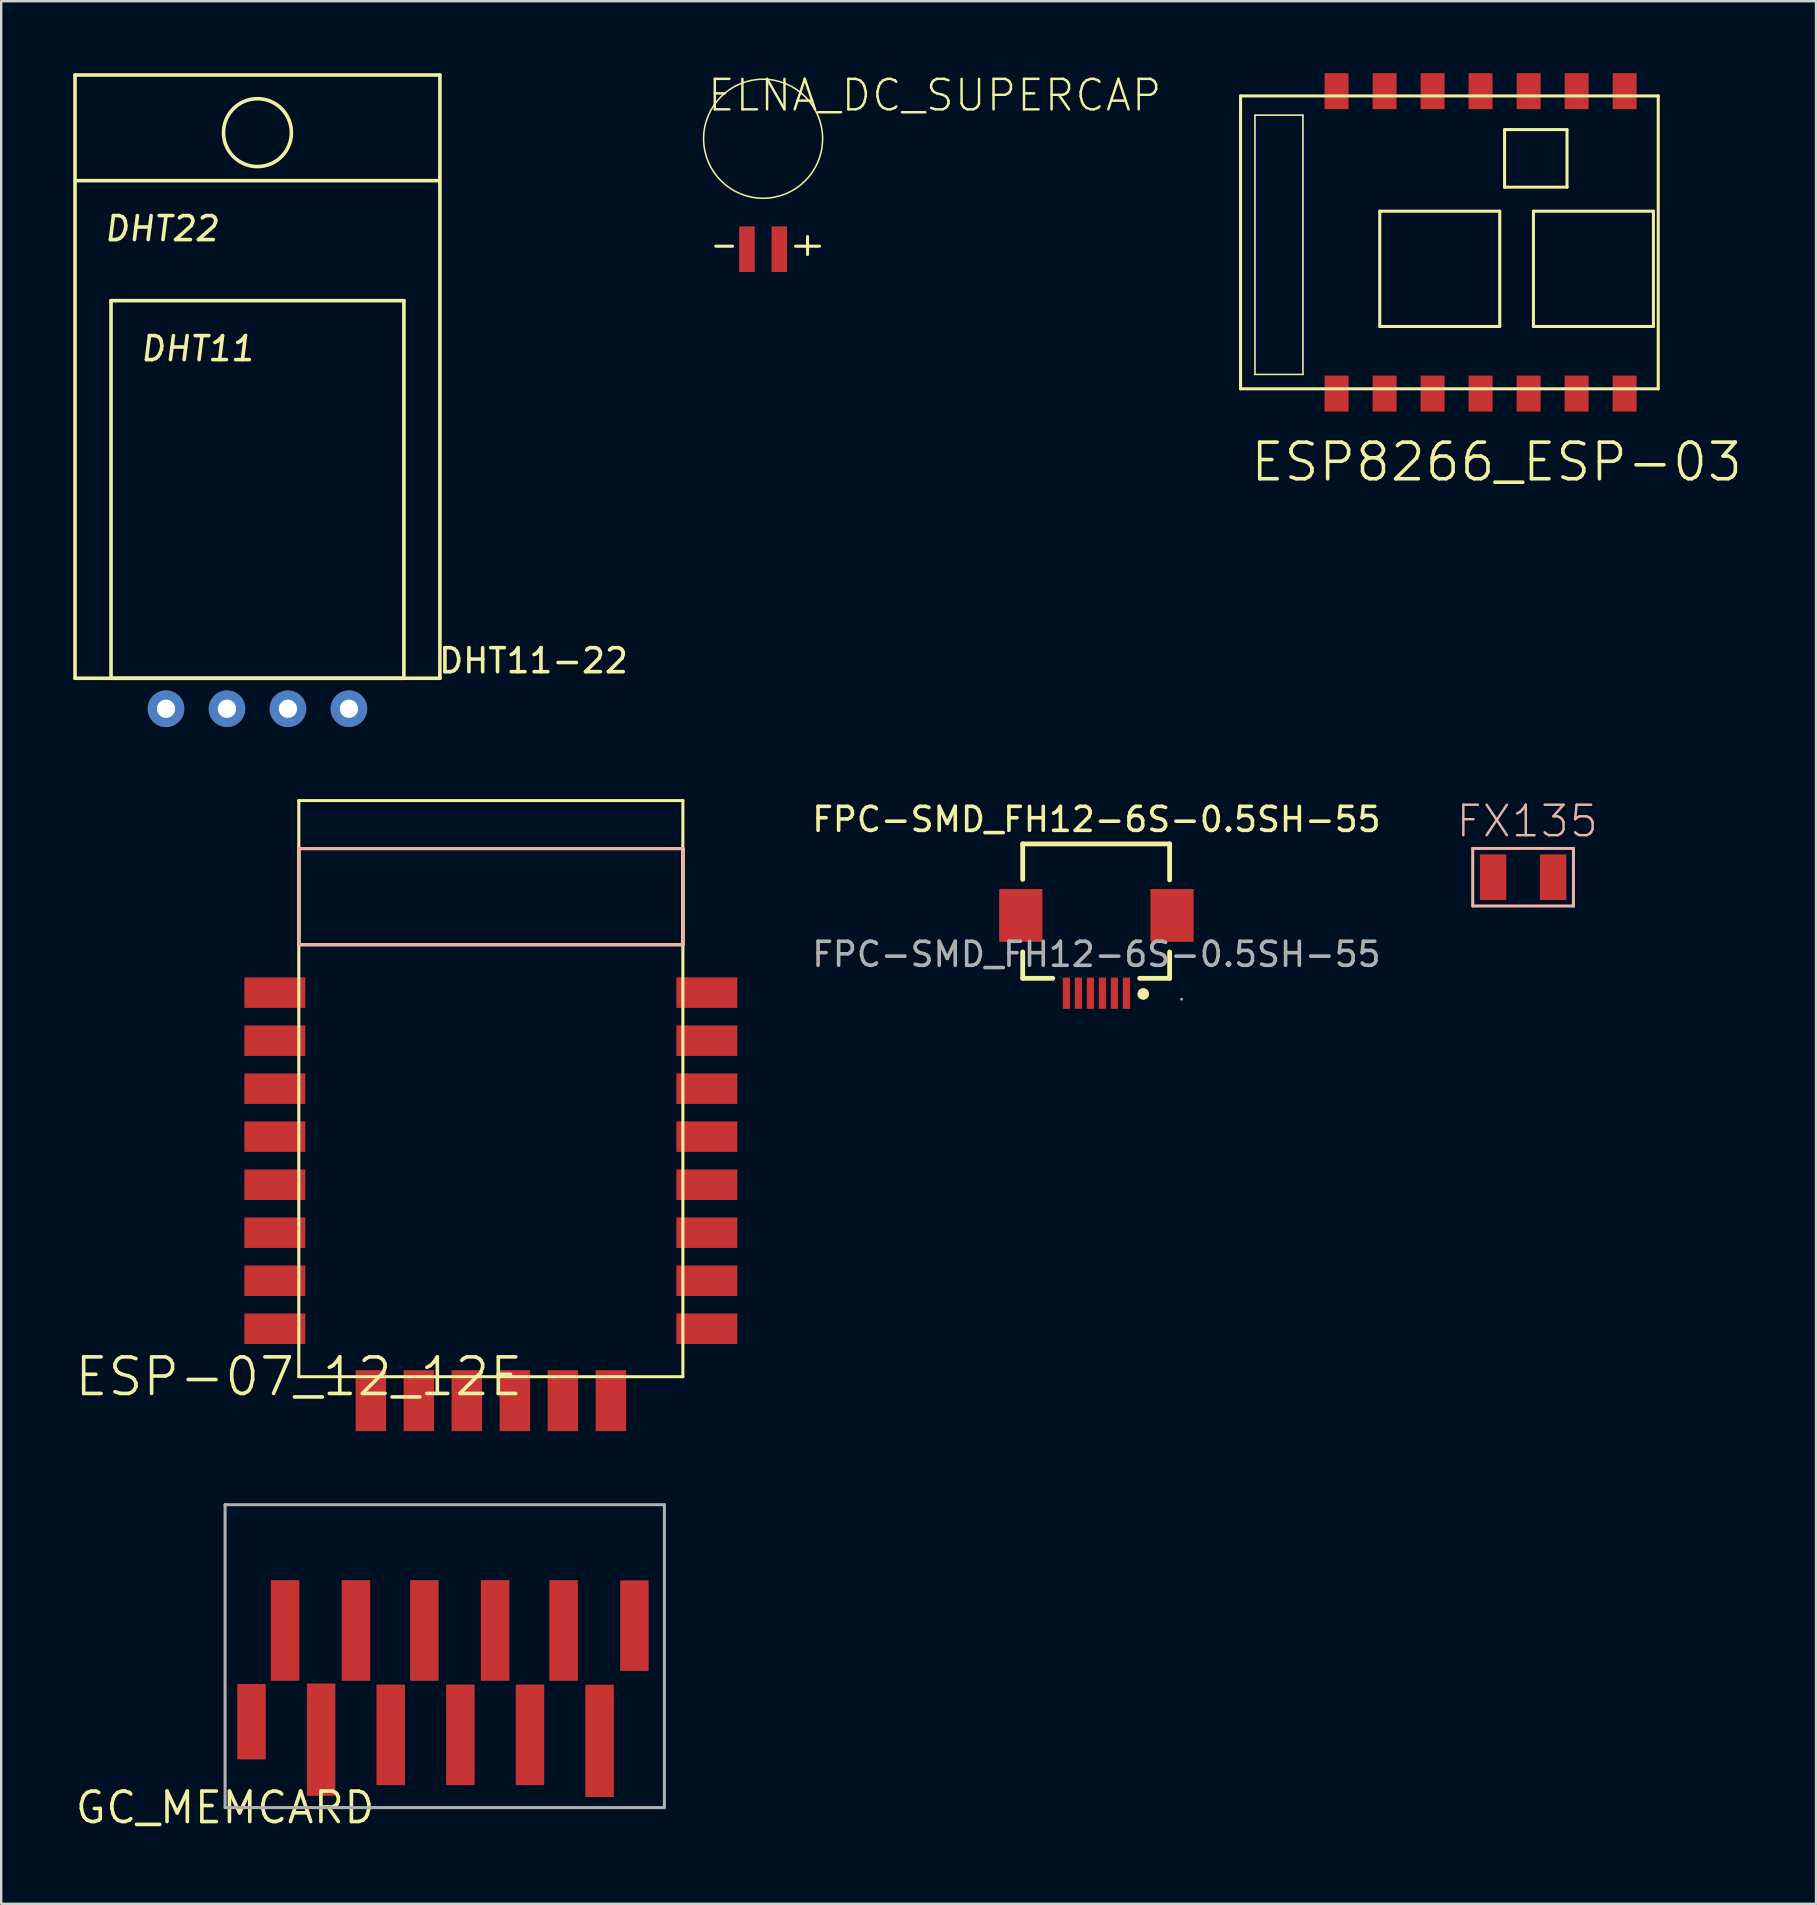
<source format=kicad_pcb>
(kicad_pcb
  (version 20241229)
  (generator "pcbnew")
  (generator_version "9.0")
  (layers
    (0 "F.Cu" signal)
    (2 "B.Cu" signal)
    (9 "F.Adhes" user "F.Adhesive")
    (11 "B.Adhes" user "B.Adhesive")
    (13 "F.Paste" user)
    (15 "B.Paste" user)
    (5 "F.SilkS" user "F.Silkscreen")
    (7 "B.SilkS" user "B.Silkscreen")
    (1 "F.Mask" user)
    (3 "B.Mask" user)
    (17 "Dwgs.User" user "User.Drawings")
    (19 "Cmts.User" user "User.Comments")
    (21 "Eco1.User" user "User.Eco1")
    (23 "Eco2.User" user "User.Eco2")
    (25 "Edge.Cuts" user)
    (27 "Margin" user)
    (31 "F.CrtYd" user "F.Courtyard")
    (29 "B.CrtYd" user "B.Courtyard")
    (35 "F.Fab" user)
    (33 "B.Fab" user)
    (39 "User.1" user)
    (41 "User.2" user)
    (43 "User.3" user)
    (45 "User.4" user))
  (footprint "ELNA_DC_SUPERCAP"
    (layer "F.Cu")
    (at 28.066 7.33)
    (property "Reference" "ELNA_DC_SUPERCAP" (at 7.823 -6.408 0) (layer "F.SilkS") (effects (font (size 1.27 1.27) (thickness 0.102))))
    (attr smd)
    (fp_line (start -0.599 -0.124) (end -1.298 -0.124) (stroke (width 0.127) (type solid)) (layer "F.SilkS"))
    (fp_line (start 2.024 -0.124) (end 3.023 -0.124) (stroke (width 0.127) (type solid)) (layer "F.SilkS"))
    (fp_line (start 2.525 -0.523) (end 2.525 0.224) (stroke (width 0.127) (type solid)) (layer "F.SilkS"))
    (fp_circle (center 0.673 -4.6) (end 2.426 -6.353) (stroke (width 0.064) (type solid)) (fill no) (layer "F.SilkS"))
    (pad "NEG" smd rect (at 0 0) (size 0.648 1.9) (layers "F.Cu" "F.Mask" "F.Paste"))
    (pad "POS" smd rect (at 1.349 0) (size 0.648 1.9) (layers "F.Cu" "F.Mask" "F.Paste")))
  (footprint "ESP8266_ESP-03"
    (layer "F.Cu")
    (at 48.629 13.147)
    (property "Reference" "ESP8266_ESP-03" (at 10.668 3.048 0) (layer "F.SilkS") (effects (font (size 1.524 1.524) (thickness 0.15))))
    (attr smd)
    (fp_line (start 0 -12.2) (end 17.399 -12.2) (stroke (width 0.127) (type solid)) (layer "F.SilkS"))
    (fp_line (start 0 0) (end 0 -12.2) (stroke (width 0.127) (type solid)) (layer "F.SilkS"))
    (fp_line (start 0 0) (end 17.399 0) (stroke (width 0.127) (type solid)) (layer "F.SilkS"))
    (fp_line (start 0.599 -11.4) (end 2.598 -11.4) (stroke (width 0.066) (type solid)) (layer "F.SilkS"))
    (fp_line (start 0.599 -0.599) (end 0.599 -11.4) (stroke (width 0.066) (type solid)) (layer "F.SilkS"))
    (fp_line (start 0.599 -0.599) (end 2.598 -0.599) (stroke (width 0.066) (type solid)) (layer "F.SilkS"))
    (fp_line (start 2.598 -0.599) (end 2.598 -11.4) (stroke (width 0.066) (type solid)) (layer "F.SilkS"))
    (fp_line (start 5.799 -7.399) (end 5.799 -2.598) (stroke (width 0.127) (type solid)) (layer "F.SilkS"))
    (fp_line (start 5.799 -2.598) (end 10.798 -2.598) (stroke (width 0.127) (type solid)) (layer "F.SilkS"))
    (fp_line (start 10.798 -7.399) (end 5.799 -7.399) (stroke (width 0.127) (type solid)) (layer "F.SilkS"))
    (fp_line (start 10.798 -2.598) (end 10.798 -7.399) (stroke (width 0.127) (type solid)) (layer "F.SilkS"))
    (fp_line (start 10.998 -10.798) (end 10.998 -8.4) (stroke (width 0.127) (type solid)) (layer "F.SilkS"))
    (fp_line (start 10.998 -8.4) (end 13.599 -8.4) (stroke (width 0.127) (type solid)) (layer "F.SilkS"))
    (fp_line (start 12.2 -7.399) (end 12.2 -2.598) (stroke (width 0.127) (type solid)) (layer "F.SilkS"))
    (fp_line (start 12.2 -2.598) (end 17.198 -2.598) (stroke (width 0.127) (type solid)) (layer "F.SilkS"))
    (fp_line (start 13.599 -10.798) (end 10.998 -10.798) (stroke (width 0.127) (type solid)) (layer "F.SilkS"))
    (fp_line (start 13.599 -8.4) (end 13.599 -10.798) (stroke (width 0.127) (type solid)) (layer "F.SilkS"))
    (fp_line (start 17.198 -7.399) (end 12.2 -7.399) (stroke (width 0.127) (type solid)) (layer "F.SilkS"))
    (fp_line (start 17.198 -2.598) (end 17.198 -7.399) (stroke (width 0.127) (type solid)) (layer "F.SilkS"))
    (fp_line (start 17.399 0) (end 17.399 -12.2) (stroke (width 0.127) (type solid)) (layer "F.SilkS"))
    (pad "ANT" smd rect (at 3.998 -12.398 90) (size 1.499 0.998) (layers "F.Cu" "F.Mask" "F.Paste"))
    (pad "CH_P" smd rect (at 5.999 -12.398 90) (size 1.499 0.998) (layers "F.Cu" "F.Mask" "F.Paste"))
    (pad "GND" smd rect (at 15.999 -12.398 90) (size 1.499 0.998) (layers "F.Cu" "F.Mask" "F.Paste"))
    (pad "GPIO" smd rect (at 5.999 0.198 90) (size 1.499 0.998) (layers "F.Cu" "F.Mask" "F.Paste"))
    (pad "GPIO" smd rect (at 7.998 -12.398 90) (size 1.499 0.998) (layers "F.Cu" "F.Mask" "F.Paste"))
    (pad "GPIO" smd rect (at 7.998 0.198 90) (size 1.499 0.998) (layers "F.Cu" "F.Mask" "F.Paste"))
    (pad "GPIO" smd rect (at 9.997 0.198 90) (size 1.499 0.998) (layers "F.Cu" "F.Mask" "F.Paste"))
    (pad "GPIO" smd rect (at 11.999 0.198 90) (size 1.499 0.998) (layers "F.Cu" "F.Mask" "F.Paste"))
    (pad "GPIO" smd rect (at 13.998 0.198 90) (size 1.499 0.998) (layers "F.Cu" "F.Mask" "F.Paste"))
    (pad "GPIO" smd rect (at 15.999 0.198 90) (size 1.499 0.998) (layers "F.Cu" "F.Mask" "F.Paste"))
    (pad "NC" smd rect (at 13.998 -12.398 90) (size 1.499 0.998) (layers "F.Cu" "F.Mask" "F.Paste"))
    (pad "URXD" smd rect (at 9.997 -12.398 90) (size 1.499 0.998) (layers "F.Cu" "F.Mask" "F.Paste"))
    (pad "UTXD" smd rect (at 11.999 -12.398 90) (size 1.499 0.998) (layers "F.Cu" "F.Mask" "F.Paste"))
    (pad "VCC" smd rect (at 3.998 0.198 90) (size 1.499 0.998) (layers "F.Cu" "F.Mask" "F.Paste")))
  (footprint "GC_MEMCARD"
    (layer "F.Cu")
    (at 6.327 72.251)
    (property "Reference" "GC_MEMCARD" (at 0 0 0) (layer "F.SilkS") (effects (font (size 1.27 1.27) (thickness 0.15))))
    (attr through_hole)
    (fp_line (start 0 -12.619) (end 18.3 -12.619) (stroke (width 0.127) (type solid)) (layer "F.Fab"))
    (fp_line (start 0 -0.001) (end 0 -12.619) (stroke (width 0.127) (type solid)) (layer "F.Fab"))
    (fp_line (start 0 -0.001) (end 18.3 -0.001) (stroke (width 0.127) (type solid)) (layer "F.Fab"))
    (fp_line (start 18.3 -0.001) (end 18.3 -12.619) (stroke (width 0.127) (type solid)) (layer "F.Fab"))
    (pad "1" smd rect (at 17.05 -7.58) (size 1.187 3.772) (layers "F.Cu" "F.Mask"))
    (pad "2" smd rect (at 15.6 -2.78) (size 1.187 4.68) (layers "F.Cu" "F.Mask"))
    (pad "3" smd rect (at 14.1 -7.38) (size 1.187 4.191) (layers "F.Cu" "F.Mask"))
    (pad "4" smd rect (at 12.7 -3.03) (size 1.187 4.191) (layers "F.Cu" "F.Mask"))
    (pad "5" smd rect (at 11.25 -7.38) (size 1.187 4.191) (layers "F.Cu" "F.Mask"))
    (pad "6" smd rect (at 9.8 -3.03) (size 1.187 4.191) (layers "F.Cu" "F.Mask"))
    (pad "7" smd rect (at 8.3 -7.38) (size 1.187 4.191) (layers "F.Cu" "F.Mask"))
    (pad "8" smd rect (at 6.9 -3.03) (size 1.187 4.191) (layers "F.Cu" "F.Mask"))
    (pad "9" smd rect (at 5.45 -7.38) (size 1.187 4.191) (layers "F.Cu" "F.Mask"))
    (pad "10" smd rect (at 4 -2.83) (size 1.187 4.68) (layers "F.Cu" "F.Mask"))
    (pad "11" smd rect (at 2.5 -7.38) (size 1.187 4.191) (layers "F.Cu" "F.Mask"))
    (pad "12" smd rect (at 1.1 -3.58) (size 1.187 3.143) (layers "F.Cu" "F.Mask")))
  (footprint "ESP-07_12_12E"
    (layer "F.Cu")
    (at 9.398 54.3)
    (property "Reference" "ESP-07_12_12E" (at 0 0 0) (layer "F.SilkS") (effects (font (size 1.524 1.524) (thickness 0.15))))
    (attr smd)
    (fp_line (start 0 -21.999) (end 15.999 -21.999) (stroke (width 0.127) (type solid)) (layer "F.SilkS"))
    (fp_line (start 0 -17.998) (end 0 -24) (stroke (width 0.127) (type solid)) (layer "F.SilkS"))
    (fp_line (start 0 -17.998) (end 0 -21.999) (stroke (width 0.066) (type solid)) (layer "F.SilkS"))
    (fp_line (start 0 -17.998) (end 0 -21.999) (stroke (width 0.127) (type solid)) (layer "F.SilkS"))
    (fp_line (start 0 -17.998) (end 15.999 -17.998) (stroke (width 0.066) (type solid)) (layer "F.SilkS"))
    (fp_line (start 0 0) (end 0 -21.999) (stroke (width 0.127) (type solid)) (layer "F.SilkS"))
    (fp_line (start 0.001 -24) (end 16 -24) (stroke (width 0.066) (type solid)) (layer "F.SilkS"))
    (fp_line (start 0.001 -24) (end 16 -24) (stroke (width 0.127) (type solid)) (layer "F.SilkS"))
    (fp_line (start 15.999 -24) (end 15.999 0) (stroke (width 0.127) (type solid)) (layer "F.SilkS"))
    (fp_line (start 15.999 -21.999) (end 15.999 -17.998) (stroke (width 0.127) (type solid)) (layer "F.SilkS"))
    (fp_line (start 15.999 -21.999) (end 15.999 -17.998) (stroke (width 0.127) (type solid)) (layer "F.SilkS"))
    (fp_line (start 15.999 -17.998) (end 0 -17.998) (stroke (width 0.127) (type solid)) (layer "F.SilkS"))
    (fp_line (start 15.999 -17.998) (end 0 -17.998) (stroke (width 0.127) (type solid)) (layer "F.SilkS"))
    (fp_line (start 15.999 -17.998) (end 15.999 -21.999) (stroke (width 0.066) (type solid)) (layer "F.SilkS"))
    (fp_line (start 15.999 0) (end 0 0) (stroke (width 0.127) (type solid)) (layer "F.SilkS"))
    (fp_line (start 0 -21.999) (end 15.999 -21.999) (stroke (width 0.127) (type solid)) (layer "B.SilkS"))
    (fp_line (start 0 -17.998) (end 0 -21.999) (stroke (width 0.127) (type solid)) (layer "B.SilkS"))
    (fp_line (start 15.999 -21.999) (end 15.999 -17.998) (stroke (width 0.127) (type solid)) (layer "B.SilkS"))
    (fp_line (start 15.999 -17.998) (end 0 -17.998) (stroke (width 0.127) (type solid)) (layer "B.SilkS"))
    (pad "1" smd rect (at 16.998 -15.999) (size 2.54 1.27) (layers "F.Cu" "F.Mask" "F.Paste"))
    (pad "2" smd rect (at 16.998 -13.998) (size 2.54 1.27) (layers "F.Cu" "F.Mask" "F.Paste"))
    (pad "3" smd rect (at 16.998 -11.999) (size 2.54 1.27) (layers "F.Cu" "F.Mask" "F.Paste"))
    (pad "4" smd rect (at 16.998 -10) (size 2.54 1.27) (layers "F.Cu" "F.Mask" "F.Paste"))
    (pad "5" smd rect (at 16.998 -7.998) (size 2.54 1.27) (layers "F.Cu" "F.Mask" "F.Paste"))
    (pad "6" smd rect (at 16.998 -5.999) (size 2.54 1.27) (layers "F.Cu" "F.Mask" "F.Paste"))
    (pad "7" smd rect (at 16.998 -3.998) (size 2.54 1.27) (layers "F.Cu" "F.Mask" "F.Paste"))
    (pad "8" smd rect (at 16.998 -1.999) (size 2.54 1.27) (layers "F.Cu" "F.Mask" "F.Paste"))
    (pad "9" smd rect (at -0.998 -1.999) (size 2.54 1.27) (layers "F.Cu" "F.Mask" "F.Paste"))
    (pad "10" smd rect (at -0.998 -3.998) (size 2.54 1.27) (layers "F.Cu" "F.Mask" "F.Paste"))
    (pad "11" smd rect (at -0.998 -5.999) (size 2.54 1.27) (layers "F.Cu" "F.Mask" "F.Paste"))
    (pad "12" smd rect (at -0.998 -7.998) (size 2.54 1.27) (layers "F.Cu" "F.Mask" "F.Paste"))
    (pad "13" smd rect (at -0.998 -10) (size 2.54 1.27) (layers "F.Cu" "F.Mask" "F.Paste"))
    (pad "14" smd rect (at -0.998 -11.999) (size 2.54 1.27) (layers "F.Cu" "F.Mask" "F.Paste"))
    (pad "15" smd rect (at -0.998 -13.998) (size 2.54 1.27) (layers "F.Cu" "F.Mask" "F.Paste"))
    (pad "16" smd rect (at -0.998 -15.999) (size 2.54 1.27) (layers "F.Cu" "F.Mask" "F.Paste"))
    (pad "17" smd rect (at 13 0.998 90) (size 2.54 1.27) (layers "F.Cu" "F.Mask" "F.Paste"))
    (pad "18" smd rect (at 10.998 0.998 90) (size 2.54 1.27) (layers "F.Cu" "F.Mask" "F.Paste"))
    (pad "19" smd rect (at 8.999 0.998 90) (size 2.54 1.27) (layers "F.Cu" "F.Mask" "F.Paste"))
    (pad "20" smd rect (at 6.998 0.998 90) (size 2.54 1.27) (layers "F.Cu" "F.Mask" "F.Paste"))
    (pad "21" smd rect (at 4.999 0.998 90) (size 2.54 1.27) (layers "F.Cu" "F.Mask" "F.Paste"))
    (pad "22" smd rect (at 3 0.998 90) (size 2.54 1.27) (layers "F.Cu" "F.Mask" "F.Paste")))
  (footprint "FPC-SMD_FH12-6S-0.5SH-55"
    (layer "F.Cu")
    (at 42.624 36.705)
    (property "Reference" "FPC-SMD_FH12-6S-0.5SH-55" (at 0 -5.62 0) (layer "F.SilkS") (effects (font (size 1 1) (thickness 0.15))))
    (attr through_hole)
    (fp_line (start -3.07 -4.6) (end 3.05 -4.6) (stroke (width 0.2) (type solid)) (layer "F.SilkS"))
    (fp_line (start -3.07 -3.12) (end -3.07 -4.6) (stroke (width 0.2) (type solid)) (layer "F.SilkS"))
    (fp_line (start -3.07 1) (end -3.07 -0.1) (stroke (width 0.2) (type solid)) (layer "F.SilkS"))
    (fp_line (start -1.82 1) (end -3.07 1) (stroke (width 0.2) (type solid)) (layer "F.SilkS"))
    (fp_line (start 3.05 -4.6) (end 3.05 -3.1) (stroke (width 0.2) (type solid)) (layer "F.SilkS"))
    (fp_line (start 3.05 -0.1) (end 3.05 1) (stroke (width 0.2) (type solid)) (layer "F.SilkS"))
    (fp_line (start 3.05 1) (end 1.8 1) (stroke (width 0.2) (type solid)) (layer "F.SilkS"))
    (fp_arc (start 1.86 1.57) (mid 2.062584 1.692718) (end 1.829584 1.650161) (stroke (width 0.25) (type solid)) (layer "F.SilkS"))
    (fp_circle (center 3.55 1.87) (end 3.58 1.87) (stroke (width 0.06) (type solid)) (fill no) (layer "F.Fab"))
    (fp_text user "${REFERENCE}" (at 0 0 0) (layer "F.Fab") (effects (font (size 1 1) (thickness 0.15))))
    (pad "1" smd rect (at 1.25 1.62 270) (size 1.3 0.3) (layers "F.Cu" "F.Mask" "F.Paste"))
    (pad "2" smd rect (at 0.75 1.62 270) (size 1.3 0.3) (layers "F.Cu" "F.Mask" "F.Paste"))
    (pad "3" smd rect (at 0.25 1.62 270) (size 1.3 0.3) (layers "F.Cu" "F.Mask" "F.Paste"))
    (pad "4" smd rect (at -0.25 1.62 270) (size 1.3 0.3) (layers "F.Cu" "F.Mask" "F.Paste"))
    (pad "5" smd rect (at -0.75 1.62 270) (size 1.3 0.3) (layers "F.Cu" "F.Mask" "F.Paste"))
    (pad "6" smd rect (at -1.25 1.62 270) (size 1.3 0.3) (layers "F.Cu" "F.Mask" "F.Paste"))
    (pad "7" smd rect (at 3.15 -1.62 90) (size 2.2 1.8) (layers "F.Cu" "F.Mask" "F.Paste"))
    (pad "8" smd rect (at -3.15 -1.62 90) (size 2.2 1.8) (layers "F.Cu" "F.Mask" "F.Paste")))
  (footprint "DHT11-22"
    (layer "F.Cu")
    (at 7.675 26.475)
    (property "Reference" "DHT11-22" (at 11.5 -2 0) (layer "F.SilkS") (effects (font (size 1 1) (thickness 0.15))))
    (attr through_hole)
    (fp_line (start -7.6 -26.4) (end -7.6 -1.27) (stroke (width 0.15) (type solid)) (layer "F.SilkS"))
    (fp_line (start -7.6 -1.27) (end 7.6 -1.27) (stroke (width 0.15) (type solid)) (layer "F.SilkS"))
    (fp_line (start -7.5 -22) (end 7.5 -22) (stroke (width 0.15) (type solid)) (layer "F.SilkS"))
    (fp_line (start -6.1 -17) (end -6.1 -1.27) (stroke (width 0.15) (type solid)) (layer "F.SilkS"))
    (fp_line (start -6.1 -1.27) (end 6.1 -1.27) (stroke (width 0.15) (type solid)) (layer "F.SilkS"))
    (fp_line (start 6.1 -17) (end -6.1 -17) (stroke (width 0.15) (type solid)) (layer "F.SilkS"))
    (fp_line (start 6.1 -1.27) (end 6.1 -17) (stroke (width 0.15) (type solid)) (layer "F.SilkS"))
    (fp_line (start 7.6 -26.4) (end -7.6 -26.4) (stroke (width 0.15) (type solid)) (layer "F.SilkS"))
    (fp_line (start 7.6 -1.27) (end 7.6 -26.4) (stroke (width 0.15) (type solid)) (layer "F.SilkS"))
    (fp_circle (center 0 -24) (end 1 -23) (stroke (width 0.15) (type solid)) (fill no) (layer "F.SilkS"))
    (fp_text user "DHT11" (at -2.5 -15 0) (layer "F.SilkS") (effects (font (size 1 1) (thickness 0.15) (italic yes))))
    (fp_text user "DHT22" (at -4 -20 0) (layer "F.SilkS") (effects (font (size 1 1) (thickness 0.15) (italic yes))))
    (pad "1" thru_hole circle (at -3.81 0) (size 1.524 1.524) (drill 0.762) (layers "*.Cu" "*.Mask"))
    (pad "2" thru_hole circle (at -1.27 0) (size 1.524 1.524) (drill 0.762) (layers "*.Cu" "*.Mask"))
    (pad "3" thru_hole circle (at 1.27 0) (size 1.524 1.524) (drill 0.762) (layers "*.Cu" "*.Mask"))
    (pad "4" thru_hole circle (at 3.81 0) (size 1.524 1.524) (drill 0.762) (layers "*.Cu" "*.Mask")))
  (footprint "FX135"
    (layer "F.Cu")
    (at 60.398 33.493)
    (property "Reference" "FX135" (at 0.173 -2.334 0) (layer "B.SilkS") (effects (font (size 1.27 1.27) (thickness 0.102))))
    (attr smd)
    (fp_line (start -2.098 -1.199) (end 2.098 -1.199) (stroke (width 0.127) (type solid)) (layer "B.SilkS"))
    (fp_line (start -2.098 1.199) (end -2.098 -1.199) (stroke (width 0.127) (type solid)) (layer "B.SilkS"))
    (fp_line (start 2.098 -1.199) (end 2.098 1.199) (stroke (width 0.127) (type solid)) (layer "B.SilkS"))
    (fp_line (start 2.098 1.199) (end -2.098 1.199) (stroke (width 0.127) (type solid)) (layer "B.SilkS"))
    (pad "P$1" smd rect (at -1.25 0) (size 1.1 1.9) (layers "F.Cu" "F.Mask" "F.Paste"))
    (pad "P$2" smd rect (at 1.25 0) (size 1.1 1.9) (layers "F.Cu" "F.Mask" "F.Paste")))
  (gr_rect
    (start -3 -3)
    (end 72.602 76.257)
    (stroke (width 0.1) (type default))
    (fill no)
    (layer "Edge.Cuts")))
</source>
